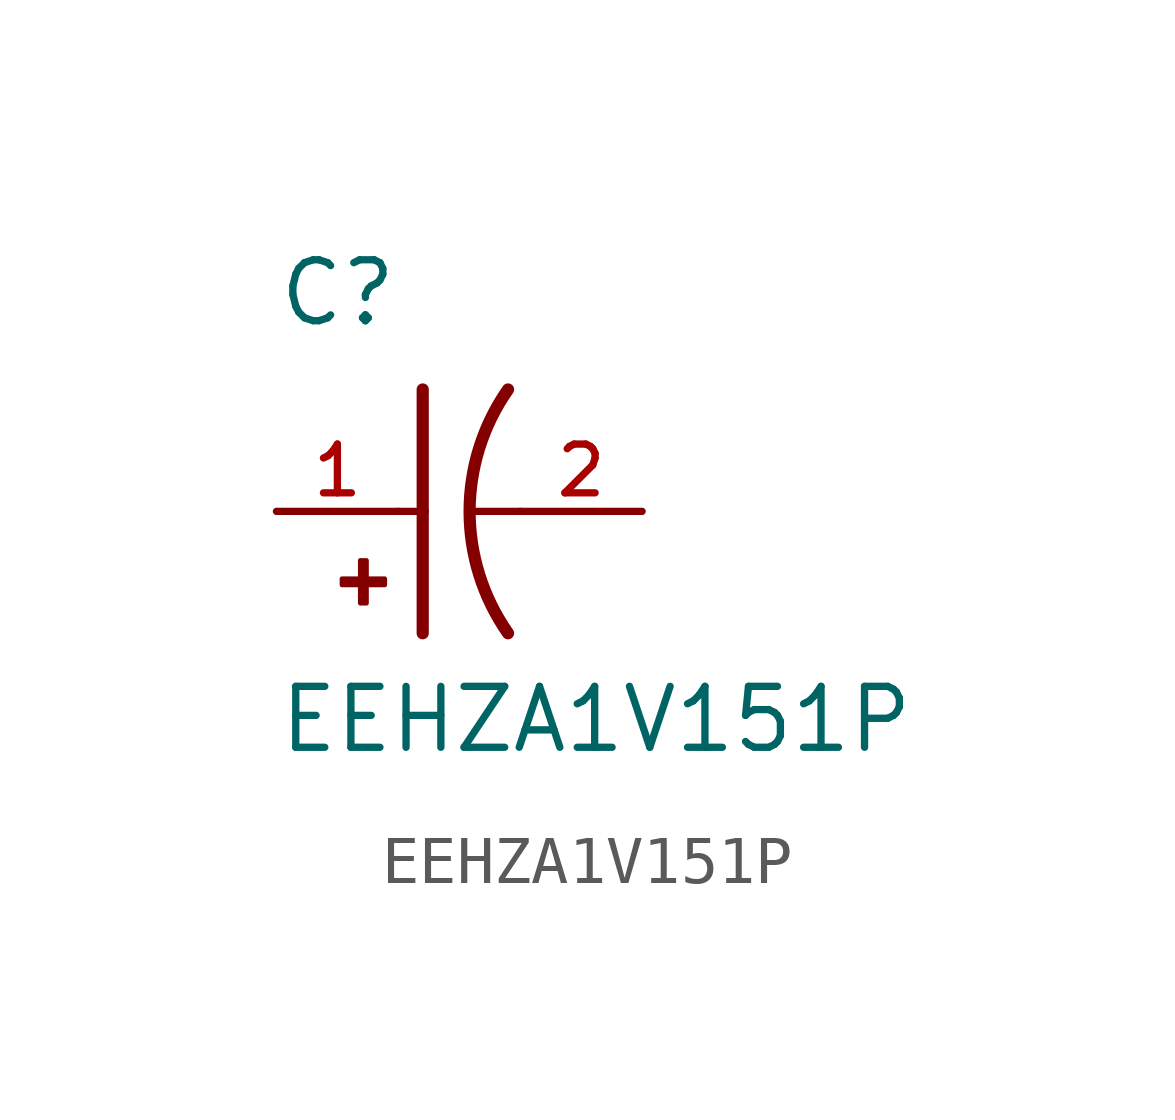
<source format=kicad_sym>
(kicad_symbol_lib
  (version 20211014)
  (generator kicad_symbol_editor)
  (symbol "EEHZA1V151P"
    (pin_names
      (offset 1.016))
    (property "Reference" "C"
      (at -2.54 3.81 0)
      (effects (font (size 1.27 1.27)) (justify bottom left)))
    (property "Value" "EEHZA1V151P"
      (at -2.54 -5.08 0)
      (effects (font (size 1.27 1.27)) (justify bottom left)))
    (symbol "EEHZA1V151P_0_0"
      (arc (start 2.286 -2.54) (mid 1.4851 -0.0) (end 2.286 2.54) (stroke (width 0.254) (type default) (color 0 0 0 0)) (fill (type none)))
      (polyline (pts (xy 0.508 2.54) (xy 0.508 0.0)) (stroke (width 0.254)))
      (rectangle (start -1.173 -1.532) (end -0.284 -1.405) (stroke (width 0.1)) (fill (type outline)))
      (rectangle (start -0.792 -1.913) (end -0.665 -1.024) (stroke (width 0.1)) (fill (type outline)))
      (polyline (pts (xy 0.508 0.0) (xy 0.508 -2.54)) (stroke (width 0.254)))
      (polyline (pts (xy 0.0 0.0) (xy 0.508 0.0)) (stroke (width 0.152)))
      (polyline (pts (xy 2.54 0.0) (xy 1.524 0.0)) (stroke (width 0.152)))
      (pin passive line (at -2.54 0.0 0) (length 2.54) (name "~" (effects (font (size 1.016 1.016)))) (number "1" (effects (font (size 1.016 1.016)))))
      (pin passive line (at 5.08 0.0 180.0) (length 2.54) (name "~" (effects (font (size 1.016 1.016)))) (number "2" (effects (font (size 1.016 1.016))))))))
</source>
